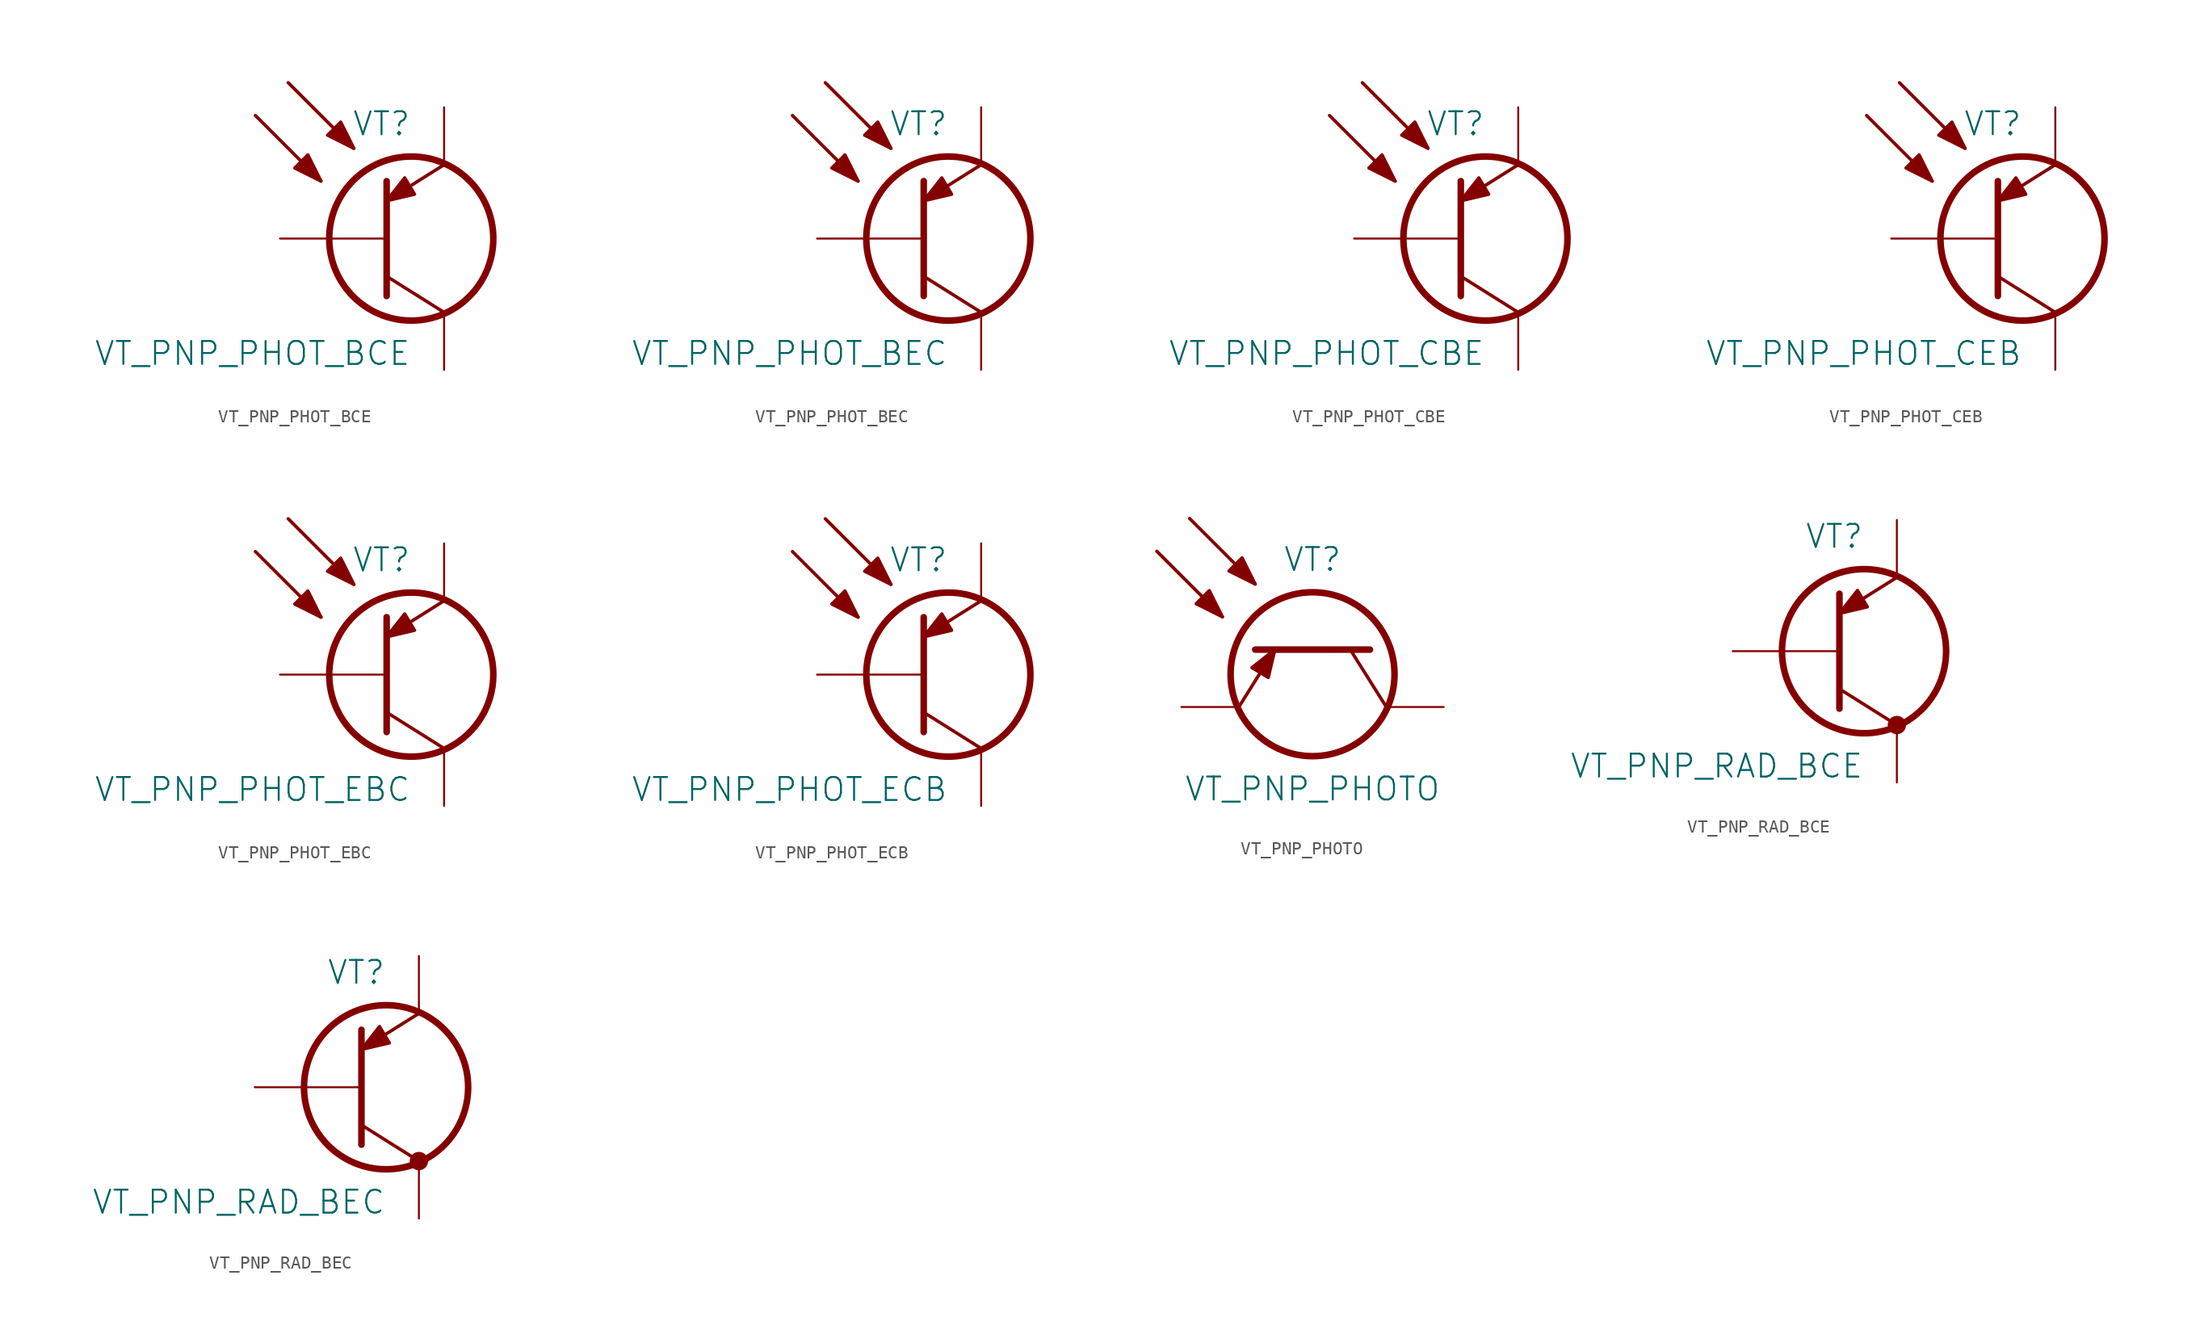
<source format=kicad_sym>
(kicad_symbol_lib
  (version 20211014)
  (generator kicad_symbol_editor)
  (symbol "VT_PNP_PHOT_BCE"
    (pin_names
      (offset 0))
    (property "Reference" "VT"
      (at 0 8.89 0)
      (effects (font (size 1.778 1.778)) (justify right)))
    (property "Value" "VT_PNP_PHOT_BCE"
      (at 0 -8.89 0)
      (effects (font (size 1.778 1.778)) (justify right)))
    (symbol "VT_PNP_PHOT_BCE_0_1"
      (polyline (pts (xy -12.065 9.525) (xy -6.985 4.445)) (stroke (width 0.254) (type default) (color 0 0 0 0)) (fill (type none)))
      (polyline (pts (xy -10.16 0) (xy -1.905 0)) (stroke (width 0) (type default) (color 0 0 0 0)) (fill (type none)))
      (polyline (pts (xy -9.525 12.065) (xy -4.445 6.985)) (stroke (width 0.254) (type default) (color 0 0 0 0)) (fill (type none)))
      (polyline (pts (xy -1.905 -2.921) (xy 2.54 -5.715)) (stroke (width 0.254) (type default) (color 0 0 0 0)) (fill (type none)))
      (polyline (pts (xy -1.905 2.921) (xy 2.54 5.715)) (stroke (width 0.254) (type default) (color 0 0 0 0)) (fill (type none)))
      (polyline (pts (xy -1.905 4.445) (xy -1.905 -4.445)) (stroke (width 0.508) (type default) (color 0 0 0 0)) (fill (type none)))
      (polyline (pts (xy 2.54 -5.715) (xy 2.54 -10.16)) (stroke (width 0) (type default) (color 0 0 0 0)) (fill (type none)))
      (polyline (pts (xy 2.54 5.715) (xy 2.54 10.16)) (stroke (width 0) (type default) (color 0 0 0 0)) (fill (type none)))
      (polyline (pts (xy -6.985 4.445) (xy -9.017 5.461) (xy -8.001 6.477) (xy -6.985 4.445)) (stroke (width 0.254) (type default) (color 0 0 0 0)) (fill (type outline)))
      (polyline (pts (xy -4.445 6.985) (xy -6.477 8.001) (xy -5.461 9.017) (xy -4.445 6.985)) (stroke (width 0.254) (type default) (color 0 0 0 0)) (fill (type outline)))
      (polyline (pts (xy -1.905 2.921) (xy 0.254 3.429) (xy -0.508 4.699) (xy -1.905 2.921)) (stroke (width 0.254) (type default) (color 0 0 0 0)) (fill (type outline)))
      (circle (center 0 0) (radius 6.35) (stroke (width 0.508) (type default) (color 0 0 0 0)) (fill (type none))))
    (symbol "VT_PNP_PHOT_BCE_1_1"
      (pin passive line (at -10.16 0 0) (length 2.54) hide (name "B" (effects (font (size 1.27 1.27)))) (number "1" (effects (font (size 1.27 1.27)))))
      (pin passive line (at 2.54 -10.16 90) (length 2.54) hide (name "C" (effects (font (size 1.27 1.27)))) (number "2" (effects (font (size 1.27 1.27)))))
      (pin passive line (at 2.54 10.16 270) (length 2.54) hide (name "E" (effects (font (size 1.27 1.27)))) (number "3" (effects (font (size 1.27 1.27)))))))
  (symbol "VT_PNP_PHOT_BEC"
    (pin_names
      (offset 0))
    (property "Reference" "VT"
      (at 0 8.89 0)
      (effects (font (size 1.778 1.778)) (justify right)))
    (property "Value" "VT_PNP_PHOT_BEC"
      (at 0 -8.89 0)
      (effects (font (size 1.778 1.778)) (justify right)))
    (symbol "VT_PNP_PHOT_BEC_0_1"
      (polyline (pts (xy -12.065 9.525) (xy -6.985 4.445)) (stroke (width 0.254) (type default) (color 0 0 0 0)) (fill (type none)))
      (polyline (pts (xy -10.16 0) (xy -1.905 0)) (stroke (width 0) (type default) (color 0 0 0 0)) (fill (type none)))
      (polyline (pts (xy -9.525 12.065) (xy -4.445 6.985)) (stroke (width 0.254) (type default) (color 0 0 0 0)) (fill (type none)))
      (polyline (pts (xy -1.905 -2.921) (xy 2.54 -5.715)) (stroke (width 0.254) (type default) (color 0 0 0 0)) (fill (type none)))
      (polyline (pts (xy -1.905 2.921) (xy 2.54 5.715)) (stroke (width 0.254) (type default) (color 0 0 0 0)) (fill (type none)))
      (polyline (pts (xy -1.905 4.445) (xy -1.905 -4.445)) (stroke (width 0.508) (type default) (color 0 0 0 0)) (fill (type none)))
      (polyline (pts (xy 2.54 -5.715) (xy 2.54 -10.16)) (stroke (width 0) (type default) (color 0 0 0 0)) (fill (type none)))
      (polyline (pts (xy 2.54 5.715) (xy 2.54 10.16)) (stroke (width 0) (type default) (color 0 0 0 0)) (fill (type none)))
      (polyline (pts (xy -6.985 4.445) (xy -9.017 5.461) (xy -8.001 6.477) (xy -6.985 4.445)) (stroke (width 0.254) (type default) (color 0 0 0 0)) (fill (type outline)))
      (polyline (pts (xy -4.445 6.985) (xy -6.477 8.001) (xy -5.461 9.017) (xy -4.445 6.985)) (stroke (width 0.254) (type default) (color 0 0 0 0)) (fill (type outline)))
      (polyline (pts (xy -1.905 2.921) (xy 0.254 3.429) (xy -0.508 4.699) (xy -1.905 2.921)) (stroke (width 0.254) (type default) (color 0 0 0 0)) (fill (type outline)))
      (circle (center 0 0) (radius 6.35) (stroke (width 0.508) (type default) (color 0 0 0 0)) (fill (type none))))
    (symbol "VT_PNP_PHOT_BEC_1_1"
      (pin passive line (at -10.16 0 0) (length 2.54) hide (name "B" (effects (font (size 1.27 1.27)))) (number "1" (effects (font (size 1.27 1.27)))))
      (pin passive line (at 2.54 10.16 270) (length 2.54) hide (name "E" (effects (font (size 1.27 1.27)))) (number "2" (effects (font (size 1.27 1.27)))))
      (pin passive line (at 2.54 -10.16 90) (length 2.54) hide (name "C" (effects (font (size 1.27 1.27)))) (number "3" (effects (font (size 1.27 1.27)))))))
  (symbol "VT_PNP_PHOT_CBE"
    (pin_names
      (offset 0))
    (property "Reference" "VT"
      (at 0 8.89 0)
      (effects (font (size 1.778 1.778)) (justify right)))
    (property "Value" "VT_PNP_PHOT_CBE"
      (at 0 -8.89 0)
      (effects (font (size 1.778 1.778)) (justify right)))
    (symbol "VT_PNP_PHOT_CBE_0_1"
      (polyline (pts (xy -12.065 9.525) (xy -6.985 4.445)) (stroke (width 0.254) (type default) (color 0 0 0 0)) (fill (type none)))
      (polyline (pts (xy -10.16 0) (xy -1.905 0)) (stroke (width 0) (type default) (color 0 0 0 0)) (fill (type none)))
      (polyline (pts (xy -9.525 12.065) (xy -4.445 6.985)) (stroke (width 0.254) (type default) (color 0 0 0 0)) (fill (type none)))
      (polyline (pts (xy -1.905 -2.921) (xy 2.54 -5.715)) (stroke (width 0.254) (type default) (color 0 0 0 0)) (fill (type none)))
      (polyline (pts (xy -1.905 2.921) (xy 2.54 5.715)) (stroke (width 0.254) (type default) (color 0 0 0 0)) (fill (type none)))
      (polyline (pts (xy -1.905 4.445) (xy -1.905 -4.445)) (stroke (width 0.508) (type default) (color 0 0 0 0)) (fill (type none)))
      (polyline (pts (xy 2.54 -5.715) (xy 2.54 -10.16)) (stroke (width 0) (type default) (color 0 0 0 0)) (fill (type none)))
      (polyline (pts (xy 2.54 5.715) (xy 2.54 10.16)) (stroke (width 0) (type default) (color 0 0 0 0)) (fill (type none)))
      (polyline (pts (xy -6.985 4.445) (xy -9.017 5.461) (xy -8.001 6.477) (xy -6.985 4.445)) (stroke (width 0.254) (type default) (color 0 0 0 0)) (fill (type outline)))
      (polyline (pts (xy -4.445 6.985) (xy -6.477 8.001) (xy -5.461 9.017) (xy -4.445 6.985)) (stroke (width 0.254) (type default) (color 0 0 0 0)) (fill (type outline)))
      (polyline (pts (xy -1.905 2.921) (xy 0.254 3.429) (xy -0.508 4.699) (xy -1.905 2.921)) (stroke (width 0.254) (type default) (color 0 0 0 0)) (fill (type outline)))
      (circle (center 0 0) (radius 6.35) (stroke (width 0.508) (type default) (color 0 0 0 0)) (fill (type none))))
    (symbol "VT_PNP_PHOT_CBE_1_1"
      (pin passive line (at 2.54 -10.16 90) (length 2.54) hide (name "C" (effects (font (size 1.27 1.27)))) (number "1" (effects (font (size 1.27 1.27)))))
      (pin passive line (at -10.16 0 0) (length 2.54) hide (name "B" (effects (font (size 1.27 1.27)))) (number "2" (effects (font (size 1.27 1.27)))))
      (pin passive line (at 2.54 10.16 270) (length 2.54) hide (name "E" (effects (font (size 1.27 1.27)))) (number "3" (effects (font (size 1.27 1.27)))))))
  (symbol "VT_PNP_PHOT_CEB"
    (pin_names
      (offset 0))
    (property "Reference" "VT"
      (at 0 8.89 0)
      (effects (font (size 1.778 1.778)) (justify right)))
    (property "Value" "VT_PNP_PHOT_CEB"
      (at 0 -8.89 0)
      (effects (font (size 1.778 1.778)) (justify right)))
    (symbol "VT_PNP_PHOT_CEB_0_1"
      (polyline (pts (xy -12.065 9.525) (xy -6.985 4.445)) (stroke (width 0.254) (type default) (color 0 0 0 0)) (fill (type none)))
      (polyline (pts (xy -10.16 0) (xy -1.905 0)) (stroke (width 0) (type default) (color 0 0 0 0)) (fill (type none)))
      (polyline (pts (xy -9.525 12.065) (xy -4.445 6.985)) (stroke (width 0.254) (type default) (color 0 0 0 0)) (fill (type none)))
      (polyline (pts (xy -1.905 -2.921) (xy 2.54 -5.715)) (stroke (width 0.254) (type default) (color 0 0 0 0)) (fill (type none)))
      (polyline (pts (xy -1.905 2.921) (xy 2.54 5.715)) (stroke (width 0.254) (type default) (color 0 0 0 0)) (fill (type none)))
      (polyline (pts (xy -1.905 4.445) (xy -1.905 -4.445)) (stroke (width 0.508) (type default) (color 0 0 0 0)) (fill (type none)))
      (polyline (pts (xy 2.54 -5.715) (xy 2.54 -10.16)) (stroke (width 0) (type default) (color 0 0 0 0)) (fill (type none)))
      (polyline (pts (xy 2.54 5.715) (xy 2.54 10.16)) (stroke (width 0) (type default) (color 0 0 0 0)) (fill (type none)))
      (polyline (pts (xy -6.985 4.445) (xy -9.017 5.461) (xy -8.001 6.477) (xy -6.985 4.445)) (stroke (width 0.254) (type default) (color 0 0 0 0)) (fill (type outline)))
      (polyline (pts (xy -4.445 6.985) (xy -6.477 8.001) (xy -5.461 9.017) (xy -4.445 6.985)) (stroke (width 0.254) (type default) (color 0 0 0 0)) (fill (type outline)))
      (polyline (pts (xy -1.905 2.921) (xy 0.254 3.429) (xy -0.508 4.699) (xy -1.905 2.921)) (stroke (width 0.254) (type default) (color 0 0 0 0)) (fill (type outline)))
      (circle (center 0 0) (radius 6.35) (stroke (width 0.508) (type default) (color 0 0 0 0)) (fill (type none))))
    (symbol "VT_PNP_PHOT_CEB_1_1"
      (pin passive line (at 2.54 -10.16 90) (length 2.54) hide (name "C" (effects (font (size 1.27 1.27)))) (number "1" (effects (font (size 1.27 1.27)))))
      (pin passive line (at 2.54 10.16 270) (length 2.54) hide (name "E" (effects (font (size 1.27 1.27)))) (number "2" (effects (font (size 1.27 1.27)))))
      (pin passive line (at -10.16 0 0) (length 2.54) hide (name "B" (effects (font (size 1.27 1.27)))) (number "3" (effects (font (size 1.27 1.27)))))))
  (symbol "VT_PNP_PHOT_EBC"
    (pin_names
      (offset 0))
    (property "Reference" "VT"
      (at 0 8.89 0)
      (effects (font (size 1.778 1.778)) (justify right)))
    (property "Value" "VT_PNP_PHOT_EBC"
      (at 0 -8.89 0)
      (effects (font (size 1.778 1.778)) (justify right)))
    (symbol "VT_PNP_PHOT_EBC_0_1"
      (polyline (pts (xy -12.065 9.525) (xy -6.985 4.445)) (stroke (width 0.254) (type default) (color 0 0 0 0)) (fill (type none)))
      (polyline (pts (xy -10.16 0) (xy -1.905 0)) (stroke (width 0) (type default) (color 0 0 0 0)) (fill (type none)))
      (polyline (pts (xy -9.525 12.065) (xy -4.445 6.985)) (stroke (width 0.254) (type default) (color 0 0 0 0)) (fill (type none)))
      (polyline (pts (xy -1.905 -2.921) (xy 2.54 -5.715)) (stroke (width 0.254) (type default) (color 0 0 0 0)) (fill (type none)))
      (polyline (pts (xy -1.905 2.921) (xy 2.54 5.715)) (stroke (width 0.254) (type default) (color 0 0 0 0)) (fill (type none)))
      (polyline (pts (xy -1.905 4.445) (xy -1.905 -4.445)) (stroke (width 0.508) (type default) (color 0 0 0 0)) (fill (type none)))
      (polyline (pts (xy 2.54 -5.715) (xy 2.54 -10.16)) (stroke (width 0) (type default) (color 0 0 0 0)) (fill (type none)))
      (polyline (pts (xy 2.54 5.715) (xy 2.54 10.16)) (stroke (width 0) (type default) (color 0 0 0 0)) (fill (type none)))
      (polyline (pts (xy -6.985 4.445) (xy -9.017 5.461) (xy -8.001 6.477) (xy -6.985 4.445)) (stroke (width 0.254) (type default) (color 0 0 0 0)) (fill (type outline)))
      (polyline (pts (xy -4.445 6.985) (xy -6.477 8.001) (xy -5.461 9.017) (xy -4.445 6.985)) (stroke (width 0.254) (type default) (color 0 0 0 0)) (fill (type outline)))
      (polyline (pts (xy -1.905 2.921) (xy 0.254 3.429) (xy -0.508 4.699) (xy -1.905 2.921)) (stroke (width 0.254) (type default) (color 0 0 0 0)) (fill (type outline)))
      (circle (center 0 0) (radius 6.35) (stroke (width 0.508) (type default) (color 0 0 0 0)) (fill (type none))))
    (symbol "VT_PNP_PHOT_EBC_1_1"
      (pin passive line (at 2.54 10.16 270) (length 2.54) hide (name "E" (effects (font (size 1.27 1.27)))) (number "1" (effects (font (size 1.27 1.27)))))
      (pin passive line (at -10.16 0 0) (length 2.54) hide (name "B" (effects (font (size 1.27 1.27)))) (number "2" (effects (font (size 1.27 1.27)))))
      (pin passive line (at 2.54 -10.16 90) (length 2.54) hide (name "C" (effects (font (size 1.27 1.27)))) (number "3" (effects (font (size 1.27 1.27)))))))
  (symbol "VT_PNP_PHOT_ECB"
    (pin_names
      (offset 0))
    (property "Reference" "VT"
      (at 0 8.89 0)
      (effects (font (size 1.778 1.778)) (justify right)))
    (property "Value" "VT_PNP_PHOT_ECB"
      (at 0 -8.89 0)
      (effects (font (size 1.778 1.778)) (justify right)))
    (symbol "VT_PNP_PHOT_ECB_0_1"
      (polyline (pts (xy -12.065 9.525) (xy -6.985 4.445)) (stroke (width 0.254) (type default) (color 0 0 0 0)) (fill (type none)))
      (polyline (pts (xy -10.16 0) (xy -1.905 0)) (stroke (width 0) (type default) (color 0 0 0 0)) (fill (type none)))
      (polyline (pts (xy -9.525 12.065) (xy -4.445 6.985)) (stroke (width 0.254) (type default) (color 0 0 0 0)) (fill (type none)))
      (polyline (pts (xy -1.905 -2.921) (xy 2.54 -5.715)) (stroke (width 0.254) (type default) (color 0 0 0 0)) (fill (type none)))
      (polyline (pts (xy -1.905 2.921) (xy 2.54 5.715)) (stroke (width 0.254) (type default) (color 0 0 0 0)) (fill (type none)))
      (polyline (pts (xy -1.905 4.445) (xy -1.905 -4.445)) (stroke (width 0.508) (type default) (color 0 0 0 0)) (fill (type none)))
      (polyline (pts (xy 2.54 -5.715) (xy 2.54 -10.16)) (stroke (width 0) (type default) (color 0 0 0 0)) (fill (type none)))
      (polyline (pts (xy 2.54 5.715) (xy 2.54 10.16)) (stroke (width 0) (type default) (color 0 0 0 0)) (fill (type none)))
      (polyline (pts (xy -6.985 4.445) (xy -9.017 5.461) (xy -8.001 6.477) (xy -6.985 4.445)) (stroke (width 0.254) (type default) (color 0 0 0 0)) (fill (type outline)))
      (polyline (pts (xy -4.445 6.985) (xy -6.477 8.001) (xy -5.461 9.017) (xy -4.445 6.985)) (stroke (width 0.254) (type default) (color 0 0 0 0)) (fill (type outline)))
      (polyline (pts (xy -1.905 2.921) (xy 0.254 3.429) (xy -0.508 4.699) (xy -1.905 2.921)) (stroke (width 0.254) (type default) (color 0 0 0 0)) (fill (type outline)))
      (circle (center 0 0) (radius 6.35) (stroke (width 0.508) (type default) (color 0 0 0 0)) (fill (type none))))
    (symbol "VT_PNP_PHOT_ECB_1_1"
      (pin passive line (at 2.54 10.16 270) (length 2.54) hide (name "E" (effects (font (size 1.27 1.27)))) (number "1" (effects (font (size 1.27 1.27)))))
      (pin passive line (at 2.54 -10.16 90) (length 2.54) hide (name "C" (effects (font (size 1.27 1.27)))) (number "2" (effects (font (size 1.27 1.27)))))
      (pin passive line (at -10.16 0 0) (length 2.54) hide (name "B" (effects (font (size 1.27 1.27)))) (number "3" (effects (font (size 1.27 1.27)))))))
  (symbol "VT_PNP_PHOTO"
    (pin_names
      (offset 0))
    (property "Reference" "VT"
      (at 0 8.89 0)
      (effects (font (size 1.778 1.778))))
    (property "Value" "VT_PNP_PHOTO"
      (at 0 -8.89 0)
      (effects (font (size 1.778 1.778))))
    (symbol "VT_PNP_PHOTO_0_1"
      (polyline (pts (xy -12.065 9.525) (xy -6.985 4.445)) (stroke (width 0.254) (type default) (color 0 0 0 0)) (fill (type none)))
      (polyline (pts (xy -10.16 -2.54) (xy -5.715 -2.54)) (stroke (width 0) (type default) (color 0 0 0 0)) (fill (type none)))
      (polyline (pts (xy -9.525 12.065) (xy -4.445 6.985)) (stroke (width 0.254) (type default) (color 0 0 0 0)) (fill (type none)))
      (polyline (pts (xy -5.715 -2.54) (xy -2.921 1.905)) (stroke (width 0.254) (type default) (color 0 0 0 0)) (fill (type none)))
      (polyline (pts (xy 2.921 1.905) (xy 5.715 -2.54)) (stroke (width 0.254) (type default) (color 0 0 0 0)) (fill (type none)))
      (polyline (pts (xy 4.445 1.905) (xy -4.445 1.905)) (stroke (width 0.508) (type default) (color 0 0 0 0)) (fill (type none)))
      (polyline (pts (xy 5.715 -2.54) (xy 10.16 -2.54)) (stroke (width 0) (type default) (color 0 0 0 0)) (fill (type none)))
      (polyline (pts (xy -6.985 4.445) (xy -8.001 6.477) (xy -9.017 5.461) (xy -6.985 4.445)) (stroke (width 0.254) (type default) (color 0 0 0 0)) (fill (type outline)))
      (polyline (pts (xy -4.445 6.985) (xy -5.461 9.017) (xy -6.477 8.001) (xy -4.445 6.985)) (stroke (width 0.254) (type default) (color 0 0 0 0)) (fill (type outline)))
      (polyline (pts (xy -2.921 1.905) (xy -3.429 -0.254) (xy -4.699 0.508) (xy -2.921 1.905)) (stroke (width 0.254) (type default) (color 0 0 0 0)) (fill (type outline)))
      (circle (center 0 0) (radius 6.35) (stroke (width 0.508) (type default) (color 0 0 0 0)) (fill (type none))))
    (symbol "VT_PNP_PHOTO_1_1"
      (pin passive line (at -10.16 -2.54 0) (length 2.54) hide (name "E" (effects (font (size 1.27 1.27)))) (number "1" (effects (font (size 1.27 1.27)))))
      (pin passive line (at 10.16 -2.54 180) (length 2.54) hide (name "C" (effects (font (size 1.27 1.27)))) (number "2" (effects (font (size 1.27 1.27)))))))
  (symbol "VT_PNP_RAD_BCE"
    (pin_names
      (offset 0))
    (property "Reference" "VT"
      (at 0 8.89 0)
      (effects (font (size 1.778 1.778)) (justify right)))
    (property "Value" "VT_PNP_RAD_BCE"
      (at 0 -8.89 0)
      (effects (font (size 1.778 1.778)) (justify right)))
    (symbol "VT_PNP_RAD_BCE_0_1"
      (polyline (pts (xy -10.16 0) (xy -1.905 0)) (stroke (width 0) (type default) (color 0 0 0 0)) (fill (type none)))
      (polyline (pts (xy -1.905 -2.921) (xy 2.54 -5.715)) (stroke (width 0.254) (type default) (color 0 0 0 0)) (fill (type none)))
      (polyline (pts (xy -1.905 2.921) (xy 2.54 5.715)) (stroke (width 0.254) (type default) (color 0 0 0 0)) (fill (type none)))
      (polyline (pts (xy -1.905 4.445) (xy -1.905 -4.445)) (stroke (width 0.508) (type default) (color 0 0 0 0)) (fill (type none)))
      (polyline (pts (xy 2.54 -5.715) (xy 2.54 -10.16)) (stroke (width 0) (type default) (color 0 0 0 0)) (fill (type none)))
      (polyline (pts (xy 2.54 5.715) (xy 2.54 10.16)) (stroke (width 0) (type default) (color 0 0 0 0)) (fill (type none)))
      (polyline (pts (xy -1.905 2.921) (xy 0.254 3.429) (xy -0.508 4.699) (xy -1.905 2.921)) (stroke (width 0.254) (type default) (color 0 0 0 0)) (fill (type outline)))
      (circle (center 0 0) (radius 6.35) (stroke (width 0.508) (type default) (color 0 0 0 0)) (fill (type none)))
      (circle (center 2.54 -5.715) (radius 0.635) (stroke (width 0) (type default) (color 0 0 0 0)) (fill (type outline))))
    (symbol "VT_PNP_RAD_BCE_1_1"
      (pin passive line (at -10.16 0 0) (length 2.54) hide (name "B" (effects (font (size 1.27 1.27)))) (number "1" (effects (font (size 1.27 1.27)))))
      (pin passive line (at 2.54 -10.16 90) (length 2.54) hide (name "C" (effects (font (size 1.27 1.27)))) (number "2" (effects (font (size 1.27 1.27)))))
      (pin passive line (at 2.54 10.16 270) (length 2.54) hide (name "E" (effects (font (size 1.27 1.27)))) (number "3" (effects (font (size 1.27 1.27)))))))
  (symbol "VT_PNP_RAD_BEC"
    (pin_names
      (offset 0))
    (property "Reference" "VT"
      (at 0 8.89 0)
      (effects (font (size 1.778 1.778)) (justify right)))
    (property "Value" "VT_PNP_RAD_BEC"
      (at 0 -8.89 0)
      (effects (font (size 1.778 1.778)) (justify right)))
    (symbol "VT_PNP_RAD_BEC_0_1"
      (polyline (pts (xy -10.16 0) (xy -1.905 0)) (stroke (width 0) (type default) (color 0 0 0 0)) (fill (type none)))
      (polyline (pts (xy -1.905 -2.921) (xy 2.54 -5.715)) (stroke (width 0.254) (type default) (color 0 0 0 0)) (fill (type none)))
      (polyline (pts (xy -1.905 2.921) (xy 2.54 5.715)) (stroke (width 0.254) (type default) (color 0 0 0 0)) (fill (type none)))
      (polyline (pts (xy -1.905 4.445) (xy -1.905 -4.445)) (stroke (width 0.508) (type default) (color 0 0 0 0)) (fill (type none)))
      (polyline (pts (xy 2.54 -5.715) (xy 2.54 -10.16)) (stroke (width 0) (type default) (color 0 0 0 0)) (fill (type none)))
      (polyline (pts (xy 2.54 5.715) (xy 2.54 10.16)) (stroke (width 0) (type default) (color 0 0 0 0)) (fill (type none)))
      (polyline (pts (xy -1.905 2.921) (xy 0.254 3.429) (xy -0.508 4.699) (xy -1.905 2.921)) (stroke (width 0.254) (type default) (color 0 0 0 0)) (fill (type outline)))
      (circle (center 0 0) (radius 6.35) (stroke (width 0.508) (type default) (color 0 0 0 0)) (fill (type none)))
      (circle (center 2.54 -5.715) (radius 0.635) (stroke (width 0) (type default) (color 0 0 0 0)) (fill (type outline))))
    (symbol "VT_PNP_RAD_BEC_1_1"
      (pin passive line (at -10.16 0 0) (length 2.54) hide (name "B" (effects (font (size 1.27 1.27)))) (number "1" (effects (font (size 1.27 1.27)))))
      (pin passive line (at 2.54 10.16 270) (length 2.54) hide (name "E" (effects (font (size 1.27 1.27)))) (number "2" (effects (font (size 1.27 1.27)))))
      (pin passive line (at 2.54 -10.16 90) (length 2.54) hide (name "C" (effects (font (size 1.27 1.27)))) (number "3" (effects (font (size 1.27 1.27))))))))
</source>
